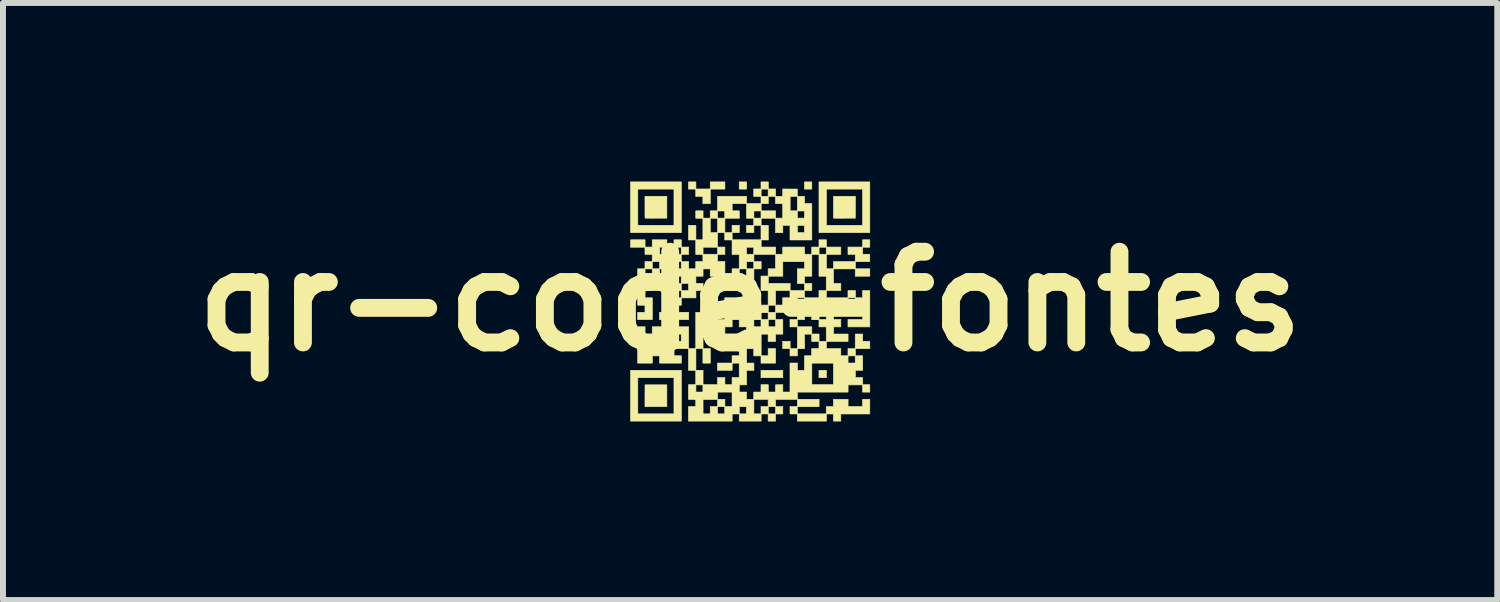
<source format=kicad_pcb>
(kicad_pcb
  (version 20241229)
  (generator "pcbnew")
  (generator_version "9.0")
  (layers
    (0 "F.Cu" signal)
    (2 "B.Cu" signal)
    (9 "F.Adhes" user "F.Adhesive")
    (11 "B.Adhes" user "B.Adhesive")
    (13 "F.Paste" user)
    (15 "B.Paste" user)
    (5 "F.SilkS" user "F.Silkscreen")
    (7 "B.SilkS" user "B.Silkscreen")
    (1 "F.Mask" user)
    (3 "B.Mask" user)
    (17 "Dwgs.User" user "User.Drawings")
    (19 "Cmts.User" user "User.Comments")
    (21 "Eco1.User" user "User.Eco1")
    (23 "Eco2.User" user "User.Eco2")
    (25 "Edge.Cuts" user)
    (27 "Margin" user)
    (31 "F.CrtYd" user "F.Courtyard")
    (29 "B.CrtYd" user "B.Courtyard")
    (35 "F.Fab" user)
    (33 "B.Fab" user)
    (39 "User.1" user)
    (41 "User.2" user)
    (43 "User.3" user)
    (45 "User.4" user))
  (footprint "qr-code-fontes"
    (layer "F.Cu")
    (at 9.55 2.013)
    (property "Reference" "qr-code-fontes" (at 0 0 0) (layer "F.SilkS") (effects (font (size 1.524 1.524) (thickness 0.3))))
    (attr through_hole)
    (fp_poly (pts (xy -1.032 0.306) (xy -1.522 0.306) (xy -1.522 0.183) (xy -1.032 0.183) (xy -1.032 0.306)) (stroke (width 0.01) (type solid)) (fill yes) (layer "F.SilkS"))
    (fp_poly (pts (xy -0.059 -1.886) (xy -0.183 -1.886) (xy -0.183 -2.008) (xy -0.059 -2.008) (xy -0.059 -1.886)) (stroke (width 0.01) (type solid)) (fill yes) (layer "F.SilkS"))
    (fp_poly (pts (xy 0.55 1.282) (xy 0.183 1.282) (xy 0.183 1.157) (xy 0.55 1.157) (xy 0.55 1.282)) (stroke (width 0.01) (type solid)) (fill yes) (layer "F.SilkS"))
    (fp_poly (pts (xy 1.037 -1.886) (xy 0.913 -1.886) (xy 0.913 -2.008) (xy 1.037 -2.008) (xy 1.037 -1.886)) (stroke (width 0.01) (type solid)) (fill yes) (layer "F.SilkS"))
    (fp_poly (pts (xy 1.282 1.282) (xy 1.157 1.282) (xy 1.157 1.157) (xy 1.282 1.157) (xy 1.282 1.282)) (stroke (width 0.01) (type solid)) (fill yes) (layer "F.SilkS"))
    (fp_poly (pts (xy -1.398 1.767) (xy -1.582 1.768) (xy -1.766 1.769) (xy -1.766 1.585) (xy -1.765 1.401) (xy -1.398 1.401) (xy -1.398 1.767)) (stroke (width 0.01) (type solid)) (fill yes) (layer "F.SilkS"))
    (fp_poly (pts (xy -1.155 -1.155) (xy -2.008 -1.155) (xy -2.008 -1.886) (xy -1.886 -1.886) (xy -1.886 -1.279) (xy -1.279 -1.279) (xy -1.279 -1.886) (xy -1.886 -1.886) (xy -2.008 -1.886) (xy -2.008 -2.008) (xy -1.155 -2.008) (xy -1.155 -1.155)) (stroke (width 0.01) (type solid)) (fill yes) (layer "F.SilkS"))
    (fp_poly (pts (xy -1.155 2.011) (xy -2.008 2.011) (xy -2.008 1.282) (xy -1.886 1.282) (xy -1.886 1.889) (xy -1.279 1.889) (xy -1.279 1.282) (xy -1.886 1.282) (xy -2.008 1.282) (xy -2.008 1.157) (xy -1.155 1.157) (xy -1.155 2.011)) (stroke (width 0.01) (type solid)) (fill yes) (layer "F.SilkS"))
    (fp_poly (pts (xy 2.011 -1.155) (xy 1.157 -1.155) (xy 1.157 -1.886) (xy 1.282 -1.886) (xy 1.282 -1.279) (xy 1.889 -1.279) (xy 1.889 -1.886) (xy 1.282 -1.886) (xy 1.157 -1.886) (xy 1.157 -2.008) (xy 2.011 -2.008) (xy 2.011 -1.155)) (stroke (width 0.01) (type solid)) (fill yes) (layer "F.SilkS"))
    (fp_poly (pts (xy -0.91 -1.889) (xy -0.67 -1.889) (xy -0.67 -2.008) (xy -0.423 -2.008) (xy -0.423 -1.886) (xy -0.668 -1.886) (xy -0.668 -1.642) (xy -0.793 -1.642) (xy -0.793 -1.764) (xy -0.913 -1.764) (xy -0.913 -1.886) (xy -1.035 -1.886) (xy -1.035 -2.008) (xy -0.91 -2.008) (xy -0.91 -1.889)) (stroke (width 0.01) (type solid)) (fill yes) (layer "F.SilkS"))
    (fp_poly (pts (xy -1.582 -1.766) (xy -1.398 -1.765) (xy -1.398 -1.398) (xy -1.581 -1.398) (xy -1.61 -1.397) (xy -1.637 -1.397) (xy -1.663 -1.397) (xy -1.686 -1.398) (xy -1.708 -1.398) (xy -1.726 -1.398) (xy -1.741 -1.398) (xy -1.753 -1.398) (xy -1.761 -1.398) (xy -1.764 -1.398) (xy -1.765 -1.399) (xy -1.765 -1.401) (xy -1.765 -1.408) (xy -1.765 -1.419) (xy -1.766 -1.433) (xy -1.766 -1.451) (xy -1.766 -1.472) (xy -1.766 -1.495) (xy -1.766 -1.52) (xy -1.766 -1.547) (xy -1.766 -1.576) (xy -1.766 -1.583) (xy -1.766 -1.766) (xy -1.582 -1.766)) (stroke (width 0.01) (type solid)) (fill yes) (layer "F.SilkS"))
    (fp_poly (pts (xy 1.768 -1.582) (xy 1.767 -1.398) (xy 1.584 -1.398) (xy 1.55 -1.397) (xy 1.519 -1.397) (xy 1.493 -1.397) (xy 1.47 -1.397) (xy 1.452 -1.398) (xy 1.436 -1.398) (xy 1.424 -1.398) (xy 1.415 -1.398) (xy 1.408 -1.399) (xy 1.403 -1.399) (xy 1.401 -1.4) (xy 1.4 -1.4) (xy 1.4 -1.403) (xy 1.4 -1.41) (xy 1.4 -1.421) (xy 1.4 -1.436) (xy 1.4 -1.453) (xy 1.4 -1.474) (xy 1.4 -1.498) (xy 1.4 -1.523) (xy 1.4 -1.55) (xy 1.4 -1.579) (xy 1.4 -1.584) (xy 1.401 -1.765) (xy 1.585 -1.766) (xy 1.769 -1.766) (xy 1.768 -1.582)) (stroke (width 0.01) (type solid)) (fill yes) (layer "F.SilkS"))
    (fp_poly (pts (xy 0.306 -1.889) (xy 0.428 -1.889) (xy 0.428 -1.766) (xy 0.548 -1.766) (xy 0.548 -1.889) (xy 0.794 -1.887) (xy 0.794 -1.827) (xy 0.795 -1.766) (xy 0.915 -1.766) (xy 0.915 -1.644) (xy 1.037 -1.644) (xy 1.037 -1.032) (xy 0.67 -1.032) (xy 0.67 -1.277) (xy 0.795 -1.277) (xy 0.795 -1.157) (xy 0.913 -1.157) (xy 0.913 -1.277) (xy 0.795 -1.277) (xy 0.67 -1.277) (xy 0.55 -1.277) (xy 0.55 -1.155) (xy 0.426 -1.155) (xy 0.426 -1.397) (xy 0.186 -1.397) (xy 0.186 -1.279) (xy 0.306 -1.279) (xy 0.306 -1.032) (xy 0.186 -1.032) (xy 0.186 -0.913) (xy 0.428 -0.913) (xy 0.428 -0.793) (xy 0.548 -0.793) (xy 0.548 -0.913) (xy 0.915 -0.913) (xy 0.915 -0.793) (xy 1.035 -0.793) (xy 1.035 -0.91) (xy 1.159 -0.91) (xy 1.159 -0.793) (xy 1.279 -0.793) (xy 1.279 -0.91) (xy 1.159 -0.91) (xy 1.035 -0.91) (xy 1.035 -0.913) (xy 1.157 -0.913) (xy 1.157 -1.035) (xy 1.282 -1.035) (xy 1.282 -0.913) (xy 1.524 -0.913) (xy 1.524 -0.79) (xy 1.282 -0.79) (xy 1.282 -0.548) (xy 1.399 -0.548) (xy 1.4 -0.609) (xy 1.401 -0.669) (xy 1.583 -0.67) (xy 1.766 -0.67) (xy 1.766 -0.79) (xy 1.644 -0.79) (xy 1.644 -0.913) (xy 1.889 -0.913) (xy 1.889 -1.035) (xy 2.011 -1.035) (xy 2.011 -0.91) (xy 1.891 -0.91) (xy 1.891 -0.793) (xy 2.011 -0.793) (xy 2.011 -0.668) (xy 1.769 -0.668) (xy 1.769 -0.548) (xy 2.011 -0.548) (xy 2.011 -0.423) (xy 1.766 -0.423) (xy 1.766 -0.546) (xy 1.402 -0.546) (xy 1.402 -0.303) (xy 1.524 -0.303) (xy 1.524 -0.181) (xy 1.282 -0.181) (xy 1.282 -0.061) (xy 1.644 -0.061) (xy 1.644 -0.183) (xy 1.769 -0.183) (xy 1.769 -0.061) (xy 1.889 -0.061) (xy 1.889 -0.183) (xy 2.011 -0.183) (xy 2.011 0.428) (xy 1.644 0.428) (xy 1.644 0.303) (xy 1.889 0.303) (xy 1.889 0.186) (xy 1.766 0.186) (xy 1.766 -0.059) (xy 1.646 -0.059) (xy 1.646 0.064) (xy 1.524 0.064) (xy 1.524 0.186) (xy 1.402 0.186) (xy 1.402 0.303) (xy 1.524 0.303) (xy 1.524 0.428) (xy 1.402 0.428) (xy 1.402 0.548) (xy 1.646 0.548) (xy 1.646 0.673) (xy 1.282 0.673) (xy 1.282 0.793) (xy 1.524 0.793) (xy 1.524 0.913) (xy 1.644 0.913) (xy 1.644 0.793) (xy 1.766 0.793) (xy 1.766 0.548) (xy 1.891 0.548) (xy 1.891 0.67) (xy 2.011 0.67) (xy 2.011 0.795) (xy 1.769 0.795) (xy 1.769 0.913) (xy 1.891 0.913) (xy 1.891 1.159) (xy 1.769 1.159) (xy 1.769 1.279) (xy 1.891 1.279) (xy 1.891 1.399) (xy 2.011 1.399) (xy 2.011 1.524) (xy 1.889 1.524) (xy 1.889 1.402) (xy 1.646 1.402) (xy 1.646 1.524) (xy 0.795 1.524) (xy 0.795 1.644) (xy 1.159 1.644) (xy 1.159 1.769) (xy 0.795 1.769) (xy 0.795 1.889) (xy 1.279 1.889) (xy 1.279 1.766) (xy 1.399 1.766) (xy 1.399 1.644) (xy 1.646 1.644) (xy 1.646 1.766) (xy 1.889 1.766) (xy 1.889 1.644) (xy 2.011 1.644) (xy 2.011 1.891) (xy 1.524 1.891) (xy 1.524 2.011) (xy 1.399 2.011) (xy 1.399 1.891) (xy 1.282 1.891) (xy 1.282 2.011) (xy 0.793 2.011) (xy 0.793 1.891) (xy 0.67 1.891) (xy 0.67 1.766) (xy 0.793 1.766) (xy 0.793 1.646) (xy 0.428 1.646) (xy 0.428 1.766) (xy 0.55 1.766) (xy 0.55 1.891) (xy 0.428 1.891) (xy 0.428 2.011) (xy 0.303 2.011) (xy 0.303 1.891) (xy 0.186 1.891) (xy 0.186 2.011) (xy -0.183 2.011) (xy -0.183 1.891) (xy -0.301 1.891) (xy -0.301 2.011) (xy -1.035 2.011) (xy -1.035 1.766) (xy -0.913 1.766) (xy -0.913 1.646) (xy -0.79 1.646) (xy -0.79 1.889) (xy -0.67 1.889) (xy -0.67 1.769) (xy -0.546 1.769) (xy -0.546 1.889) (xy -0.426 1.889) (xy -0.426 1.769) (xy -0.181 1.769) (xy -0.181 1.889) (xy -0.061 1.889) (xy -0.061 1.769) (xy -0.181 1.769) (xy -0.426 1.769) (xy -0.546 1.769) (xy -0.67 1.769) (xy -0.67 1.766) (xy -0.548 1.766) (xy -0.548 1.646) (xy -0.79 1.646) (xy -0.913 1.646) (xy -1.035 1.646) (xy -1.035 1.524) (xy -0.546 1.524) (xy -0.546 1.644) (xy -0.423 1.644) (xy -0.423 1.766) (xy -0.303 1.766) (xy -0.303 1.646) (xy 0.064 1.646) (xy 0.064 1.889) (xy 0.183 1.889) (xy 0.183 1.769) (xy 0.306 1.769) (xy 0.306 1.889) (xy 0.426 1.889) (xy 0.426 1.769) (xy 0.306 1.769) (xy 0.183 1.769) (xy 0.183 1.766) (xy 0.303 1.766) (xy 0.303 1.646) (xy 0.064 1.646) (xy -0.303 1.646) (xy -0.303 1.524) (xy -0.546 1.524) (xy -1.035 1.524) (xy -1.035 1.402) (xy -0.91 1.402) (xy -0.91 1.522) (xy -0.793 1.522) (xy -0.793 1.402) (xy -0.181 1.402) (xy -0.181 1.522) (xy -0.059 1.522) (xy -0.059 1.644) (xy 0.061 1.644) (xy 0.061 1.522) (xy 0.183 1.522) (xy 0.183 1.399) (xy 0.306 1.399) (xy 0.306 1.522) (xy 0.426 1.522) (xy 0.426 1.461) (xy 0.427 1.401) (xy 0.489 1.4) (xy 0.55 1.399) (xy 0.55 1.522) (xy 0.67 1.522) (xy 0.67 1.035) (xy 0.795 1.035) (xy 0.795 1.157) (xy 0.913 1.157) (xy 0.913 1.037) (xy 1.037 1.037) (xy 1.037 1.399) (xy 1.399 1.399) (xy 1.399 1.037) (xy 1.037 1.037) (xy 0.913 1.037) (xy 0.913 0.915) (xy 1.646 0.915) (xy 1.646 1.035) (xy 1.766 1.035) (xy 1.766 0.915) (xy 1.646 0.915) (xy 0.913 0.915) (xy 0.913 0.913) (xy 1.035 0.913) (xy 1.035 0.793) (xy 1.157 0.793) (xy 1.157 0.673) (xy 1.035 0.673) (xy 1.035 0.55) (xy 0.915 0.55) (xy 0.915 0.795) (xy 0.795 0.795) (xy 0.795 0.915) (xy 0.67 0.915) (xy 0.67 0.795) (xy 0.548 0.795) (xy 0.548 0.67) (xy 0.673 0.67) (xy 0.673 0.793) (xy 0.793 0.793) (xy 0.793 0.428) (xy 0.67 0.428) (xy 0.67 0.306) (xy 0.795 0.306) (xy 0.795 0.426) (xy 1.037 0.426) (xy 1.037 0.548) (xy 1.159 0.548) (xy 1.159 0.67) (xy 1.279 0.67) (xy 1.279 0.428) (xy 1.157 0.428) (xy 1.157 0.306) (xy 1.035 0.306) (xy 1.035 0.186) (xy 1.159 0.186) (xy 1.159 0.303) (xy 1.279 0.303) (xy 1.279 0.186) (xy 1.159 0.186) (xy 1.035 0.186) (xy 0.915 0.186) (xy 0.915 0.306) (xy 0.795 0.306) (xy 0.67 0.306) (xy 0.67 0.303) (xy 0.793 0.303) (xy 0.793 0.183) (xy 0.913 0.183) (xy 0.913 0.064) (xy 1.037 0.064) (xy 1.037 0.183) (xy 1.157 0.183) (xy 1.157 0.064) (xy 1.037 0.064) (xy 0.913 0.064) (xy 0.913 -0.059) (xy 0.795 -0.059) (xy 0.795 0.064) (xy 0.673 0.064) (xy 0.673 0.186) (xy 0.428 0.186) (xy 0.428 0.303) (xy 0.55 0.303) (xy 0.55 0.55) (xy 0.428 0.55) (xy 0.428 0.673) (xy 0.303 0.673) (xy 0.303 0.55) (xy 0.186 0.55) (xy 0.186 0.913) (xy 0.303 0.913) (xy 0.303 0.793) (xy 0.428 0.793) (xy 0.428 1.037) (xy 0.183 1.037) (xy 0.183 0.915) (xy 0.061 0.915) (xy 0.061 0.795) (xy -0.059 0.795) (xy -0.059 1.035) (xy 0.064 1.035) (xy 0.064 1.159) (xy -0.059 1.159) (xy -0.059 1.402) (xy -0.181 1.402) (xy -0.793 1.402) (xy -0.91 1.402) (xy -1.035 1.402) (xy -1.035 1.399) (xy -0.913 1.399) (xy -0.913 1.159) (xy -1.035 1.159) (xy -1.035 0.795) (xy -0.91 0.795) (xy -0.91 1.157) (xy -0.79 1.157) (xy -0.79 1.399) (xy -0.548 1.399) (xy -0.548 1.279) (xy -0.423 1.279) (xy -0.423 1.399) (xy -0.303 1.399) (xy -0.303 1.279) (xy -0.183 1.279) (xy -0.183 1.037) (xy -0.301 1.037) (xy -0.301 1.159) (xy -0.548 1.159) (xy -0.548 1.035) (xy -0.303 1.035) (xy -0.303 0.913) (xy -0.183 0.913) (xy -0.183 0.795) (xy -0.548 0.795) (xy -0.548 0.67) (xy -0.183 0.67) (xy -0.183 0.55) (xy -0.059 0.55) (xy -0.059 0.67) (xy 0.061 0.67) (xy 0.061 0.55) (xy -0.059 0.55) (xy -0.183 0.55) (xy -0.183 0.548) (xy -0.061 0.548) (xy -0.061 0.428) (xy -0.183 0.428) (xy -0.183 0.306) (xy 0.064 0.306) (xy 0.064 0.426) (xy 0.183 0.426) (xy 0.183 0.306) (xy 0.306 0.306) (xy 0.306 0.426) (xy 0.426 0.426) (xy 0.426 0.306) (xy 0.306 0.306) (xy 0.183 0.306) (xy 0.064 0.306) (xy -0.183 0.306) (xy -0.301 0.306) (xy -0.301 0.428) (xy -0.423 0.428) (xy -0.423 0.55) (xy -0.548 0.55) (xy -0.548 0.306) (xy -0.79 0.306) (xy -0.79 0.426) (xy -0.668 0.426) (xy -0.668 0.55) (xy -0.79 0.55) (xy -0.79 0.793) (xy -0.668 0.793) (xy -0.668 1.037) (xy -0.793 1.037) (xy -0.793 0.795) (xy -0.91 0.795) (xy -1.035 0.795) (xy -1.277 0.795) (xy -1.277 0.913) (xy -1.155 0.913) (xy -1.155 1.037) (xy -1.522 1.037) (xy -1.522 0.915) (xy -1.642 0.915) (xy -1.642 1.037) (xy -1.889 1.037) (xy -1.889 0.426) (xy -1.764 0.426) (xy -1.764 0.793) (xy -1.399 0.793) (xy -1.399 0.55) (xy -1.277 0.55) (xy -1.277 0.67) (xy -1.157 0.67) (xy -1.157 0.55) (xy -1.277 0.55) (xy -1.399 0.55) (xy -1.644 0.55) (xy -1.644 0.426) (xy -1.032 0.426) (xy -1.032 0.793) (xy -0.913 0.793) (xy -0.913 0.186) (xy -0.546 0.186) (xy -0.546 0.303) (xy -0.426 0.303) (xy -0.426 0.186) (xy 0.186 0.186) (xy 0.186 0.303) (xy 0.303 0.303) (xy 0.303 0.186) (xy 0.186 0.186) (xy -0.426 0.186) (xy -0.546 0.186) (xy -0.913 0.186) (xy -0.913 0.183) (xy -0.67 0.183) (xy -0.67 0.064) (xy -0.423 0.064) (xy -0.423 0.183) (xy -0.303 0.183) (xy -0.303 0.064) (xy -0.423 0.064) (xy -0.67 0.064) (xy -0.793 0.064) (xy -0.793 -0.059) (xy -0.668 -0.059) (xy -0.668 0.061) (xy -0.426 0.061) (xy -0.426 -0.061) (xy -0.181 -0.061) (xy -0.181 0.061) (xy -0.059 0.061) (xy -0.059 0.183) (xy 0.061 0.183) (xy 0.061 0.064) (xy 0.306 0.064) (xy 0.306 0.183) (xy 0.426 0.183) (xy 0.426 0.064) (xy 0.306 0.064) (xy 0.061 0.064) (xy 0.061 0.061) (xy 0.303 0.061) (xy 0.303 -0.181) (xy 0.428 -0.181) (xy 0.428 0.061) (xy 0.548 0.061) (xy 0.548 -0.061) (xy 0.67 -0.061) (xy 0.67 -0.181) (xy 0.428 -0.181) (xy 0.303 -0.181) (xy 0.183 -0.181) (xy 0.183 -0.423) (xy 0.306 -0.423) (xy 0.306 -0.303) (xy 0.673 -0.303) (xy 0.673 -0.183) (xy 0.913 -0.183) (xy 0.913 -0.301) (xy 0.793 -0.301) (xy 0.793 -0.423) (xy 0.915 -0.423) (xy 0.915 -0.303) (xy 1.037 -0.303) (xy 1.037 -0.181) (xy 0.915 -0.181) (xy 0.915 -0.061) (xy 1.157 -0.061) (xy 1.157 -0.183) (xy 1.279 -0.183) (xy 1.279 -0.423) (xy 1.157 -0.423) (xy 1.157 -0.79) (xy 1.037 -0.79) (xy 1.037 -0.423) (xy 0.915 -0.423) (xy 0.793 -0.423) (xy 0.793 -0.548) (xy 0.913 -0.548) (xy 0.913 -0.668) (xy 0.55 -0.668) (xy 0.55 -0.423) (xy 0.306 -0.423) (xy 0.183 -0.423) (xy 0.183 -0.426) (xy 0.303 -0.426) (xy 0.303 -0.548) (xy 0.426 -0.548) (xy 0.426 -0.79) (xy 0.064 -0.79) (xy 0.064 -0.67) (xy 0.186 -0.67) (xy 0.186 -0.546) (xy 0.064 -0.546) (xy 0.064 -0.181) (xy -0.546 -0.181) (xy -0.546 -0.059) (xy -0.668 -0.059) (xy -0.793 -0.059) (xy -0.793 -0.061) (xy -0.67 -0.061) (xy -0.67 -0.303) (xy -0.183 -0.303) (xy -0.183 -0.423) (xy -0.303 -0.423) (xy -0.303 -0.546) (xy -0.181 -0.546) (xy -0.181 -0.426) (xy -0.061 -0.426) (xy -0.061 -0.546) (xy -0.181 -0.546) (xy -0.303 -0.546) (xy -0.303 -0.548) (xy -0.183 -0.548) (xy -0.183 -0.668) (xy -0.059 -0.668) (xy -0.059 -0.548) (xy 0.061 -0.548) (xy 0.061 -0.668) (xy -0.059 -0.668) (xy -0.183 -0.668) (xy -0.183 -0.79) (xy -0.303 -0.79) (xy -0.303 -0.91) (xy -0.059 -0.91) (xy -0.059 -0.793) (xy 0.061 -0.793) (xy 0.061 -0.91) (xy -0.059 -0.91) (xy -0.303 -0.91) (xy -0.303 -1.032) (xy -0.426 -1.032) (xy -0.426 -1.155) (xy -0.546 -1.155) (xy -0.546 -0.913) (xy -0.423 -0.913) (xy -0.423 -0.79) (xy -0.546 -0.79) (xy -0.546 -0.67) (xy -0.423 -0.67) (xy -0.423 -0.423) (xy -0.67 -0.423) (xy -0.67 -0.546) (xy -0.79 -0.546) (xy -0.79 -0.423) (xy -0.91 -0.423) (xy -0.91 -0.303) (xy -0.79 -0.303) (xy -0.79 -0.181) (xy -0.91 -0.181) (xy -0.91 -0.059) (xy -1.155 -0.059) (xy -1.155 0.064) (xy -1.399 0.064) (xy -1.399 -0.181) (xy -1.277 -0.181) (xy -1.277 -0.061) (xy -1.157 -0.061) (xy -1.157 -0.181) (xy -1.277 -0.181) (xy -1.399 -0.181) (xy -1.522 -0.181) (xy -1.522 -0.301) (xy -1.397 -0.301) (xy -1.397 -0.183) (xy -1.279 -0.183) (xy -1.279 -0.301) (xy -1.155 -0.301) (xy -1.155 -0.183) (xy -1.035 -0.183) (xy -1.035 -0.301) (xy -1.155 -0.301) (xy -1.279 -0.301) (xy -1.397 -0.301) (xy -1.522 -0.301) (xy -1.642 -0.301) (xy -1.642 -0.181) (xy -1.764 -0.181) (xy -1.764 -0.061) (xy -1.642 -0.061) (xy -1.642 0.306) (xy -1.889 0.306) (xy -1.889 0.183) (xy -1.766 0.183) (xy -1.766 0.064) (xy -1.889 0.064) (xy -1.889 -0.183) (xy -1.766 -0.183) (xy -1.766 -0.301) (xy -1.827 -0.302) (xy -1.887 -0.302) (xy -1.888 -0.423) (xy -1.277 -0.423) (xy -1.277 -0.303) (xy -1.157 -0.303) (xy -1.157 -0.423) (xy -1.277 -0.423) (xy -1.888 -0.423) (xy -1.889 -0.546) (xy -1.764 -0.546) (xy -1.764 -0.426) (xy -1.644 -0.426) (xy -1.644 -0.546) (xy -1.764 -0.546) (xy -1.889 -0.546) (xy -1.889 -0.548) (xy -1.766 -0.548) (xy -1.766 -0.668) (xy -1.642 -0.668) (xy -1.642 -0.548) (xy -1.522 -0.548) (xy -1.522 -0.668) (xy -1.642 -0.668) (xy -1.766 -0.668) (xy -1.766 -0.67) (xy -1.644 -0.67) (xy -1.644 -0.79) (xy -1.766 -0.79) (xy -1.766 -0.91) (xy -2.008 -0.91) (xy -2.008 -1.035) (xy -1.764 -1.035) (xy -1.764 -0.913) (xy -1.644 -0.913) (xy -1.644 -1.035) (xy -1.397 -1.035) (xy -1.398 -0.911) (xy -1.459 -0.911) (xy -1.519 -0.91) (xy -1.519 -0.793) (xy -1.459 -0.792) (xy -1.398 -0.791) (xy -1.398 -0.669) (xy -1.397 -0.546) (xy -1.519 -0.546) (xy -1.519 -0.426) (xy -1.279 -0.426) (xy -1.279 -0.548) (xy -1.157 -0.548) (xy -1.157 -0.668) (xy -1.279 -0.668) (xy -1.279 -0.793) (xy -1.157 -0.793) (xy -1.157 -0.91) (xy -1.279 -0.91) (xy -1.279 -1.035) (xy -1.155 -1.035) (xy -1.155 -0.913) (xy -1.032 -0.913) (xy -1.032 -0.79) (xy -1.155 -0.79) (xy -1.155 -0.67) (xy -1.032 -0.67) (xy -1.032 -0.548) (xy -0.913 -0.548) (xy -0.913 -0.67) (xy -0.793 -0.67) (xy -0.793 -0.79) (xy -0.913 -0.79) (xy -0.913 -0.91) (xy -0.79 -0.91) (xy -0.79 -0.793) (xy -0.548 -0.793) (xy -0.548 -0.91) (xy -0.79 -0.91) (xy -0.913 -0.91) (xy -0.913 -1.032) (xy -1.035 -1.032) (xy -1.035 -1.279) (xy -0.91 -1.279) (xy -0.91 -1.035) (xy -0.793 -1.035) (xy -0.793 -1.397) (xy -0.668 -1.397) (xy -0.668 -1.157) (xy -0.548 -1.157) (xy -0.548 -1.397) (xy -0.423 -1.397) (xy -0.423 -1.157) (xy -0.303 -1.157) (xy -0.303 -1.279) (xy -0.181 -1.279) (xy -0.181 -1.155) (xy -0.301 -1.155) (xy -0.301 -1.035) (xy 0.183 -1.035) (xy 0.183 -1.277) (xy 0.064 -1.277) (xy 0.064 -1.155) (xy -0.061 -1.155) (xy -0.061 -1.279) (xy 0.061 -1.279) (xy 0.061 -1.397) (xy -0.061 -1.397) (xy -0.061 -1.519) (xy 0.064 -1.519) (xy 0.064 -1.399) (xy 0.183 -1.399) (xy 0.183 -1.519) (xy 0.064 -1.519) (xy -0.061 -1.519) (xy -0.061 -1.642) (xy 0.186 -1.642) (xy 0.186 -1.522) (xy 0.428 -1.522) (xy 0.428 -1.399) (xy 0.548 -1.399) (xy 0.548 -1.519) (xy 0.795 -1.519) (xy 0.795 -1.399) (xy 0.913 -1.399) (xy 0.913 -1.519) (xy 0.795 -1.519) (xy 0.548 -1.519) (xy 0.548 -1.642) (xy 0.426 -1.642) (xy 0.426 -1.764) (xy 0.673 -1.764) (xy 0.673 -1.522) (xy 0.793 -1.522) (xy 0.793 -1.764) (xy 0.673 -1.764) (xy 0.426 -1.764) (xy 0.306 -1.764) (xy 0.306 -1.642) (xy 0.186 -1.642) (xy -0.061 -1.642) (xy -0.301 -1.642) (xy -0.301 -1.522) (xy -0.181 -1.522) (xy -0.181 -1.397) (xy -0.423 -1.397) (xy -0.548 -1.397) (xy -0.668 -1.397) (xy -0.793 -1.397) (xy -0.913 -1.397) (xy -0.913 -1.522) (xy -0.79 -1.522) (xy -0.79 -1.399) (xy -0.67 -1.399) (xy -0.67 -1.519) (xy -0.546 -1.519) (xy -0.546 -1.399) (xy -0.426 -1.399) (xy -0.426 -1.519) (xy -0.546 -1.519) (xy -0.67 -1.519) (xy -0.67 -1.522) (xy -0.548 -1.522) (xy -0.548 -1.766) (xy -0.059 -1.766) (xy -0.059 -1.644) (xy 0.183 -1.644) (xy 0.183 -1.764) (xy 0.061 -1.764) (xy 0.061 -1.886) (xy 0.186 -1.886) (xy 0.186 -1.766) (xy 0.303 -1.766) (xy 0.303 -1.886) (xy 0.186 -1.886) (xy 0.061 -1.886) (xy 0.061 -1.889) (xy 0.183 -1.889) (xy 0.183 -2.008) (xy 0.306 -2.008) (xy 0.306 -1.889)) (stroke (width 0.01) (type solid)) (fill yes) (layer "F.SilkS")))
  (gr_rect
    (start -3 -3)
    (end 22.101 7.029)
    (stroke (width 0.1) (type default))
    (fill no)
    (layer "Edge.Cuts")))
</source>
